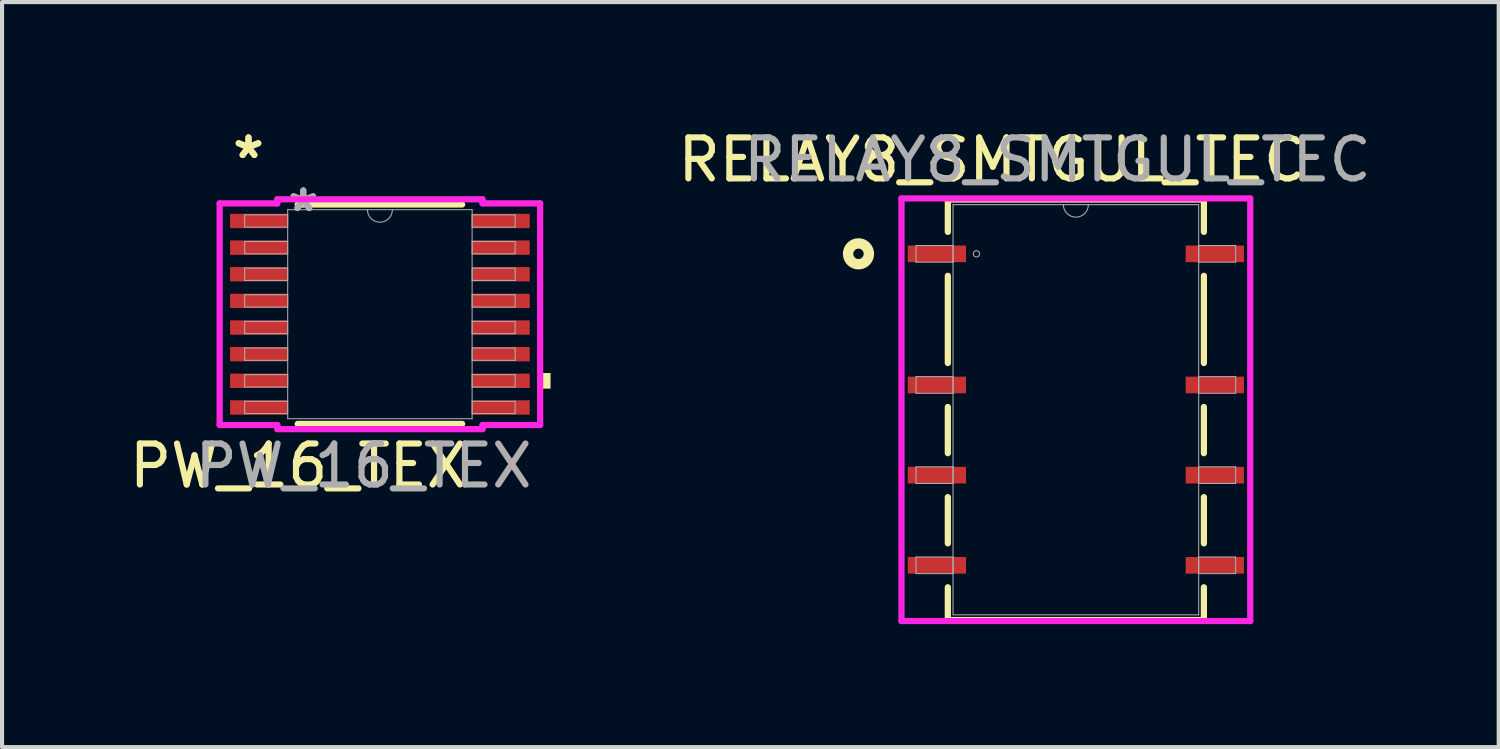
<source format=kicad_pcb>
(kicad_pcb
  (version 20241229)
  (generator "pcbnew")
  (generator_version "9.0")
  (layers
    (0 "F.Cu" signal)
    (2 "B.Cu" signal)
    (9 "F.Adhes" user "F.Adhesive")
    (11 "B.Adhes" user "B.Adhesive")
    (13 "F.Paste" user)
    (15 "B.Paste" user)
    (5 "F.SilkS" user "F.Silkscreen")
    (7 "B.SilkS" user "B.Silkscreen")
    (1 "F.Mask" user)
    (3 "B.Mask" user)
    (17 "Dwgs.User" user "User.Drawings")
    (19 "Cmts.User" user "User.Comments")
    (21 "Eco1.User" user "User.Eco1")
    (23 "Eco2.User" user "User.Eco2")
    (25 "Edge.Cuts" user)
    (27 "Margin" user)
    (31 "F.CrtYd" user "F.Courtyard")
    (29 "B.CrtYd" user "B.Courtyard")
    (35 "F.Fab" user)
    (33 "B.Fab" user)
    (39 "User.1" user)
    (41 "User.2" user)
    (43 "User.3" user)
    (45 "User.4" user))
  (footprint "PW_16_TEX"
    (layer "F.Cu")
    (at 6.22 4.617)
    (property "Reference" "PW_16_TEX" (at -2 3.7 0) (unlocked yes) (layer "F.SilkS") (effects (font (size 1 1) (thickness 0.15))))
    (attr smd)
    (fp_line (start -2.006 2.677) (end 2.006 2.677) (stroke (width 0.152) (type solid)) (layer "F.SilkS"))
    (fp_line (start 2.006 -2.677) (end -2.006 -2.677) (stroke (width 0.152) (type solid)) (layer "F.SilkS"))
    (fp_poly (pts (xy 4.164 1.435) (xy 4.164 1.816) (xy 3.91 1.816) (xy 3.91 1.435)) (stroke (width 0) (type solid)) (fill yes) (layer "F.SilkS"))
    (fp_line (start -3.91 -2.704) (end -2.504 -2.704) (stroke (width 0.152) (type solid)) (layer "F.CrtYd"))
    (fp_line (start -3.91 2.704) (end -3.91 -2.704) (stroke (width 0.152) (type solid)) (layer "F.CrtYd"))
    (fp_line (start -3.91 2.704) (end -2.504 2.704) (stroke (width 0.152) (type solid)) (layer "F.CrtYd"))
    (fp_line (start -2.504 -2.804) (end 2.504 -2.804) (stroke (width 0.152) (type solid)) (layer "F.CrtYd"))
    (fp_line (start -2.504 -2.704) (end -2.504 -2.804) (stroke (width 0.152) (type solid)) (layer "F.CrtYd"))
    (fp_line (start -2.504 2.804) (end -2.504 2.704) (stroke (width 0.152) (type solid)) (layer "F.CrtYd"))
    (fp_line (start 2.504 -2.804) (end 2.504 -2.704) (stroke (width 0.152) (type solid)) (layer "F.CrtYd"))
    (fp_line (start 2.504 2.704) (end 2.504 2.804) (stroke (width 0.152) (type solid)) (layer "F.CrtYd"))
    (fp_line (start 2.504 2.804) (end -2.504 2.804) (stroke (width 0.152) (type solid)) (layer "F.CrtYd"))
    (fp_line (start 3.91 -2.704) (end 2.504 -2.704) (stroke (width 0.152) (type solid)) (layer "F.CrtYd"))
    (fp_line (start 3.91 -2.704) (end 3.91 2.704) (stroke (width 0.152) (type solid)) (layer "F.CrtYd"))
    (fp_line (start 3.91 2.704) (end 2.504 2.704) (stroke (width 0.152) (type solid)) (layer "F.CrtYd"))
    (fp_line (start -3.3 -2.425) (end -3.3 -2.125) (stroke (width 0.025) (type solid)) (layer "F.Fab"))
    (fp_line (start -3.3 -2.125) (end -2.25 -2.125) (stroke (width 0.025) (type solid)) (layer "F.Fab"))
    (fp_line (start -3.3 -1.775) (end -3.3 -1.475) (stroke (width 0.025) (type solid)) (layer "F.Fab"))
    (fp_line (start -3.3 -1.475) (end -2.25 -1.475) (stroke (width 0.025) (type solid)) (layer "F.Fab"))
    (fp_line (start -3.3 -1.125) (end -3.3 -0.825) (stroke (width 0.025) (type solid)) (layer "F.Fab"))
    (fp_line (start -3.3 -0.825) (end -2.25 -0.825) (stroke (width 0.025) (type solid)) (layer "F.Fab"))
    (fp_line (start -3.3 -0.475) (end -3.3 -0.175) (stroke (width 0.025) (type solid)) (layer "F.Fab"))
    (fp_line (start -3.3 -0.175) (end -2.25 -0.175) (stroke (width 0.025) (type solid)) (layer "F.Fab"))
    (fp_line (start -3.3 0.175) (end -3.3 0.475) (stroke (width 0.025) (type solid)) (layer "F.Fab"))
    (fp_line (start -3.3 0.475) (end -2.25 0.475) (stroke (width 0.025) (type solid)) (layer "F.Fab"))
    (fp_line (start -3.3 0.825) (end -3.3 1.125) (stroke (width 0.025) (type solid)) (layer "F.Fab"))
    (fp_line (start -3.3 1.125) (end -2.25 1.125) (stroke (width 0.025) (type solid)) (layer "F.Fab"))
    (fp_line (start -3.3 1.475) (end -3.3 1.775) (stroke (width 0.025) (type solid)) (layer "F.Fab"))
    (fp_line (start -3.3 1.775) (end -2.25 1.775) (stroke (width 0.025) (type solid)) (layer "F.Fab"))
    (fp_line (start -3.3 2.125) (end -3.3 2.425) (stroke (width 0.025) (type solid)) (layer "F.Fab"))
    (fp_line (start -3.3 2.425) (end -2.25 2.425) (stroke (width 0.025) (type solid)) (layer "F.Fab"))
    (fp_line (start -2.25 -2.55) (end -2.25 2.55) (stroke (width 0.025) (type solid)) (layer "F.Fab"))
    (fp_line (start -2.25 -2.425) (end -3.3 -2.425) (stroke (width 0.025) (type solid)) (layer "F.Fab"))
    (fp_line (start -2.25 -2.125) (end -2.25 -2.425) (stroke (width 0.025) (type solid)) (layer "F.Fab"))
    (fp_line (start -2.25 -1.775) (end -3.3 -1.775) (stroke (width 0.025) (type solid)) (layer "F.Fab"))
    (fp_line (start -2.25 -1.475) (end -2.25 -1.775) (stroke (width 0.025) (type solid)) (layer "F.Fab"))
    (fp_line (start -2.25 -1.125) (end -3.3 -1.125) (stroke (width 0.025) (type solid)) (layer "F.Fab"))
    (fp_line (start -2.25 -0.825) (end -2.25 -1.125) (stroke (width 0.025) (type solid)) (layer "F.Fab"))
    (fp_line (start -2.25 -0.475) (end -3.3 -0.475) (stroke (width 0.025) (type solid)) (layer "F.Fab"))
    (fp_line (start -2.25 -0.175) (end -2.25 -0.475) (stroke (width 0.025) (type solid)) (layer "F.Fab"))
    (fp_line (start -2.25 0.175) (end -3.3 0.175) (stroke (width 0.025) (type solid)) (layer "F.Fab"))
    (fp_line (start -2.25 0.475) (end -2.25 0.175) (stroke (width 0.025) (type solid)) (layer "F.Fab"))
    (fp_line (start -2.25 0.825) (end -3.3 0.825) (stroke (width 0.025) (type solid)) (layer "F.Fab"))
    (fp_line (start -2.25 1.125) (end -2.25 0.825) (stroke (width 0.025) (type solid)) (layer "F.Fab"))
    (fp_line (start -2.25 1.475) (end -3.3 1.475) (stroke (width 0.025) (type solid)) (layer "F.Fab"))
    (fp_line (start -2.25 1.775) (end -2.25 1.475) (stroke (width 0.025) (type solid)) (layer "F.Fab"))
    (fp_line (start -2.25 2.125) (end -3.3 2.125) (stroke (width 0.025) (type solid)) (layer "F.Fab"))
    (fp_line (start -2.25 2.425) (end -2.25 2.125) (stroke (width 0.025) (type solid)) (layer "F.Fab"))
    (fp_line (start -2.25 2.55) (end 2.25 2.55) (stroke (width 0.025) (type solid)) (layer "F.Fab"))
    (fp_line (start 2.25 -2.55) (end -2.25 -2.55) (stroke (width 0.025) (type solid)) (layer "F.Fab"))
    (fp_line (start 2.25 -2.425) (end 2.25 -2.125) (stroke (width 0.025) (type solid)) (layer "F.Fab"))
    (fp_line (start 2.25 -2.125) (end 3.3 -2.125) (stroke (width 0.025) (type solid)) (layer "F.Fab"))
    (fp_line (start 2.25 -1.775) (end 2.25 -1.475) (stroke (width 0.025) (type solid)) (layer "F.Fab"))
    (fp_line (start 2.25 -1.475) (end 3.3 -1.475) (stroke (width 0.025) (type solid)) (layer "F.Fab"))
    (fp_line (start 2.25 -1.125) (end 2.25 -0.825) (stroke (width 0.025) (type solid)) (layer "F.Fab"))
    (fp_line (start 2.25 -0.825) (end 3.3 -0.825) (stroke (width 0.025) (type solid)) (layer "F.Fab"))
    (fp_line (start 2.25 -0.475) (end 2.25 -0.175) (stroke (width 0.025) (type solid)) (layer "F.Fab"))
    (fp_line (start 2.25 -0.175) (end 3.3 -0.175) (stroke (width 0.025) (type solid)) (layer "F.Fab"))
    (fp_line (start 2.25 0.175) (end 2.25 0.475) (stroke (width 0.025) (type solid)) (layer "F.Fab"))
    (fp_line (start 2.25 0.475) (end 3.3 0.475) (stroke (width 0.025) (type solid)) (layer "F.Fab"))
    (fp_line (start 2.25 0.825) (end 2.25 1.125) (stroke (width 0.025) (type solid)) (layer "F.Fab"))
    (fp_line (start 2.25 1.125) (end 3.3 1.125) (stroke (width 0.025) (type solid)) (layer "F.Fab"))
    (fp_line (start 2.25 1.475) (end 2.25 1.775) (stroke (width 0.025) (type solid)) (layer "F.Fab"))
    (fp_line (start 2.25 1.775) (end 3.3 1.775) (stroke (width 0.025) (type solid)) (layer "F.Fab"))
    (fp_line (start 2.25 2.125) (end 2.25 2.425) (stroke (width 0.025) (type solid)) (layer "F.Fab"))
    (fp_line (start 2.25 2.425) (end 3.3 2.425) (stroke (width 0.025) (type solid)) (layer "F.Fab"))
    (fp_line (start 2.25 2.55) (end 2.25 -2.55) (stroke (width 0.025) (type solid)) (layer "F.Fab"))
    (fp_line (start 3.3 -2.425) (end 2.25 -2.425) (stroke (width 0.025) (type solid)) (layer "F.Fab"))
    (fp_line (start 3.3 -2.125) (end 3.3 -2.425) (stroke (width 0.025) (type solid)) (layer "F.Fab"))
    (fp_line (start 3.3 -1.775) (end 2.25 -1.775) (stroke (width 0.025) (type solid)) (layer "F.Fab"))
    (fp_line (start 3.3 -1.475) (end 3.3 -1.775) (stroke (width 0.025) (type solid)) (layer "F.Fab"))
    (fp_line (start 3.3 -1.125) (end 2.25 -1.125) (stroke (width 0.025) (type solid)) (layer "F.Fab"))
    (fp_line (start 3.3 -0.825) (end 3.3 -1.125) (stroke (width 0.025) (type solid)) (layer "F.Fab"))
    (fp_line (start 3.3 -0.475) (end 2.25 -0.475) (stroke (width 0.025) (type solid)) (layer "F.Fab"))
    (fp_line (start 3.3 -0.175) (end 3.3 -0.475) (stroke (width 0.025) (type solid)) (layer "F.Fab"))
    (fp_line (start 3.3 0.175) (end 2.25 0.175) (stroke (width 0.025) (type solid)) (layer "F.Fab"))
    (fp_line (start 3.3 0.475) (end 3.3 0.175) (stroke (width 0.025) (type solid)) (layer "F.Fab"))
    (fp_line (start 3.3 0.825) (end 2.25 0.825) (stroke (width 0.025) (type solid)) (layer "F.Fab"))
    (fp_line (start 3.3 1.125) (end 3.3 0.825) (stroke (width 0.025) (type solid)) (layer "F.Fab"))
    (fp_line (start 3.3 1.475) (end 2.25 1.475) (stroke (width 0.025) (type solid)) (layer "F.Fab"))
    (fp_line (start 3.3 1.775) (end 3.3 1.475) (stroke (width 0.025) (type solid)) (layer "F.Fab"))
    (fp_line (start 3.3 2.125) (end 2.25 2.125) (stroke (width 0.025) (type solid)) (layer "F.Fab"))
    (fp_line (start 3.3 2.425) (end 3.3 2.125) (stroke (width 0.025) (type solid)) (layer "F.Fab"))
    (fp_arc (start 0.3048 -2.55) (mid 0 -2.2452) (end -0.3048 -2.55) (stroke (width 0.0254) (type solid)) (layer "F.Fab"))
    (fp_text user "*" (at -3.207 -3.769 0) (unlocked yes) (layer "F.SilkS") (effects (font (size 1 1) (thickness 0.15))))
    (fp_text user "*" (at -3.207 -3.769 0) (layer "F.SilkS") (effects (font (size 1 1) (thickness 0.15))))
    (fp_text user "*" (at -1.869 -2.474 0) (layer "F.Fab") (effects (font (size 1 1) (thickness 0.15))))
    (fp_text user "${REFERENCE}" (at -0.4 3.7 0) (unlocked yes) (layer "F.Fab") (effects (font (size 1 1) (thickness 0.15))))
    (fp_text user "*" (at -1.869 -2.474 0) (unlocked yes) (layer "F.Fab") (effects (font (size 1 1) (thickness 0.15))))
    (pad "1" smd rect (at -2.953 -2.275) (size 1.406 0.351) (layers "F.Cu" "F.Mask" "F.Paste"))
    (pad "2" smd rect (at -2.953 -1.625) (size 1.406 0.351) (layers "F.Cu" "F.Mask" "F.Paste"))
    (pad "3" smd rect (at -2.953 -0.975) (size 1.406 0.351) (layers "F.Cu" "F.Mask" "F.Paste"))
    (pad "4" smd rect (at -2.953 -0.325) (size 1.406 0.351) (layers "F.Cu" "F.Mask" "F.Paste"))
    (pad "5" smd rect (at -2.953 0.325) (size 1.406 0.351) (layers "F.Cu" "F.Mask" "F.Paste"))
    (pad "6" smd rect (at -2.953 0.975) (size 1.406 0.351) (layers "F.Cu" "F.Mask" "F.Paste"))
    (pad "7" smd rect (at -2.953 1.625) (size 1.406 0.351) (layers "F.Cu" "F.Mask" "F.Paste"))
    (pad "8" smd rect (at -2.953 2.275) (size 1.406 0.351) (layers "F.Cu" "F.Mask" "F.Paste"))
    (pad "9" smd rect (at 2.953 2.275) (size 1.406 0.351) (layers "F.Cu" "F.Mask" "F.Paste"))
    (pad "10" smd rect (at 2.953 1.625) (size 1.406 0.351) (layers "F.Cu" "F.Mask" "F.Paste"))
    (pad "11" smd rect (at 2.953 0.975) (size 1.406 0.351) (layers "F.Cu" "F.Mask" "F.Paste"))
    (pad "12" smd rect (at 2.953 0.325) (size 1.406 0.351) (layers "F.Cu" "F.Mask" "F.Paste"))
    (pad "13" smd rect (at 2.953 -0.325) (size 1.406 0.351) (layers "F.Cu" "F.Mask" "F.Paste"))
    (pad "14" smd rect (at 2.953 -0.975) (size 1.406 0.351) (layers "F.Cu" "F.Mask" "F.Paste"))
    (pad "15" smd rect (at 2.953 -1.625) (size 1.406 0.351) (layers "F.Cu" "F.Mask" "F.Paste"))
    (pad "16" smd rect (at 2.953 -2.275) (size 1.406 0.351) (layers "F.Cu" "F.Mask" "F.Paste")))
  (footprint "RELAY8_SMTGUL_TEC"
    (layer "F.Cu")
    (at 23.202 6.948)
    (property "Reference" "RELAY8_SMTGUL_TEC" (at -2.05 -6.1 0) (unlocked yes) (layer "F.SilkS") (effects (font (size 1 1) (thickness 0.15))))
    (attr smd)
    (fp_line (start -3.124 -5.131) (end -3.124 -4.34) (stroke (width 0.152) (type solid)) (layer "F.SilkS"))
    (fp_line (start -3.124 -3.268) (end -3.124 -1.14) (stroke (width 0.152) (type solid)) (layer "F.SilkS"))
    (fp_line (start -3.124 -0.068) (end -3.124 1.06) (stroke (width 0.152) (type solid)) (layer "F.SilkS"))
    (fp_line (start -3.124 2.132) (end -3.124 3.26) (stroke (width 0.152) (type solid)) (layer "F.SilkS"))
    (fp_line (start -3.124 4.332) (end -3.124 5.131) (stroke (width 0.152) (type solid)) (layer "F.SilkS"))
    (fp_line (start -3.124 5.131) (end 3.124 5.131) (stroke (width 0.152) (type solid)) (layer "F.SilkS"))
    (fp_line (start 3.124 -5.131) (end -3.124 -5.131) (stroke (width 0.152) (type solid)) (layer "F.SilkS"))
    (fp_line (start 3.124 -4.34) (end 3.124 -5.131) (stroke (width 0.152) (type solid)) (layer "F.SilkS"))
    (fp_line (start 3.124 -1.14) (end 3.124 -3.268) (stroke (width 0.152) (type solid)) (layer "F.SilkS"))
    (fp_line (start 3.124 1.06) (end 3.124 -0.068) (stroke (width 0.152) (type solid)) (layer "F.SilkS"))
    (fp_line (start 3.124 3.26) (end 3.124 2.132) (stroke (width 0.152) (type solid)) (layer "F.SilkS"))
    (fp_line (start 3.124 5.131) (end 3.124 4.332) (stroke (width 0.152) (type solid)) (layer "F.SilkS"))
    (fp_circle (center -5.304 -3.804) (end -5.05 -3.804) (stroke (width 0.254) (type solid)) (fill no) (layer "F.SilkS"))
    (fp_line (start -4.255 -5.156) (end 4.255 -5.156) (stroke (width 0.152) (type solid)) (layer "F.CrtYd"))
    (fp_line (start -4.255 5.156) (end -4.255 -5.156) (stroke (width 0.152) (type solid)) (layer "F.CrtYd"))
    (fp_line (start 4.255 -5.156) (end 4.255 5.156) (stroke (width 0.152) (type solid)) (layer "F.CrtYd"))
    (fp_line (start 4.255 5.156) (end -4.255 5.156) (stroke (width 0.152) (type solid)) (layer "F.CrtYd"))
    (fp_line (start -3.899 -4.007) (end -3.899 -3.601) (stroke (width 0.025) (type solid)) (layer "F.Fab"))
    (fp_line (start -3.899 -3.601) (end -2.997 -3.601) (stroke (width 0.025) (type solid)) (layer "F.Fab"))
    (fp_line (start -3.899 -0.807) (end -3.899 -0.401) (stroke (width 0.025) (type solid)) (layer "F.Fab"))
    (fp_line (start -3.899 -0.401) (end -2.997 -0.401) (stroke (width 0.025) (type solid)) (layer "F.Fab"))
    (fp_line (start -3.899 1.393) (end -3.899 1.799) (stroke (width 0.025) (type solid)) (layer "F.Fab"))
    (fp_line (start -3.899 1.799) (end -2.997 1.799) (stroke (width 0.025) (type solid)) (layer "F.Fab"))
    (fp_line (start -3.899 3.593) (end -3.899 3.999) (stroke (width 0.025) (type solid)) (layer "F.Fab"))
    (fp_line (start -3.899 3.999) (end -2.997 3.999) (stroke (width 0.025) (type solid)) (layer "F.Fab"))
    (fp_line (start -2.997 -5.004) (end -2.997 5.004) (stroke (width 0.025) (type solid)) (layer "F.Fab"))
    (fp_line (start -2.997 -4.007) (end -3.899 -4.007) (stroke (width 0.025) (type solid)) (layer "F.Fab"))
    (fp_line (start -2.997 -3.601) (end -2.997 -4.007) (stroke (width 0.025) (type solid)) (layer "F.Fab"))
    (fp_line (start -2.997 -0.807) (end -3.899 -0.807) (stroke (width 0.025) (type solid)) (layer "F.Fab"))
    (fp_line (start -2.997 -0.401) (end -2.997 -0.807) (stroke (width 0.025) (type solid)) (layer "F.Fab"))
    (fp_line (start -2.997 1.393) (end -3.899 1.393) (stroke (width 0.025) (type solid)) (layer "F.Fab"))
    (fp_line (start -2.997 1.799) (end -2.997 1.393) (stroke (width 0.025) (type solid)) (layer "F.Fab"))
    (fp_line (start -2.997 3.593) (end -3.899 3.593) (stroke (width 0.025) (type solid)) (layer "F.Fab"))
    (fp_line (start -2.997 3.999) (end -2.997 3.593) (stroke (width 0.025) (type solid)) (layer "F.Fab"))
    (fp_line (start -2.997 5.004) (end 2.997 5.004) (stroke (width 0.025) (type solid)) (layer "F.Fab"))
    (fp_line (start 2.997 -5.004) (end -2.997 -5.004) (stroke (width 0.025) (type solid)) (layer "F.Fab"))
    (fp_line (start 2.997 -4.007) (end 2.997 -3.601) (stroke (width 0.025) (type solid)) (layer "F.Fab"))
    (fp_line (start 2.997 -3.601) (end 3.899 -3.601) (stroke (width 0.025) (type solid)) (layer "F.Fab"))
    (fp_line (start 2.997 -0.807) (end 2.997 -0.401) (stroke (width 0.025) (type solid)) (layer "F.Fab"))
    (fp_line (start 2.997 -0.401) (end 3.899 -0.401) (stroke (width 0.025) (type solid)) (layer "F.Fab"))
    (fp_line (start 2.997 1.393) (end 2.997 1.799) (stroke (width 0.025) (type solid)) (layer "F.Fab"))
    (fp_line (start 2.997 1.799) (end 3.899 1.799) (stroke (width 0.025) (type solid)) (layer "F.Fab"))
    (fp_line (start 2.997 3.593) (end 2.997 3.999) (stroke (width 0.025) (type solid)) (layer "F.Fab"))
    (fp_line (start 2.997 3.999) (end 3.899 3.999) (stroke (width 0.025) (type solid)) (layer "F.Fab"))
    (fp_line (start 2.997 5.004) (end 2.997 -5.004) (stroke (width 0.025) (type solid)) (layer "F.Fab"))
    (fp_line (start 3.899 -4.007) (end 2.997 -4.007) (stroke (width 0.025) (type solid)) (layer "F.Fab"))
    (fp_line (start 3.899 -3.601) (end 3.899 -4.007) (stroke (width 0.025) (type solid)) (layer "F.Fab"))
    (fp_line (start 3.899 -0.807) (end 2.997 -0.807) (stroke (width 0.025) (type solid)) (layer "F.Fab"))
    (fp_line (start 3.899 -0.401) (end 3.899 -0.807) (stroke (width 0.025) (type solid)) (layer "F.Fab"))
    (fp_line (start 3.899 1.393) (end 2.997 1.393) (stroke (width 0.025) (type solid)) (layer "F.Fab"))
    (fp_line (start 3.899 1.799) (end 3.899 1.393) (stroke (width 0.025) (type solid)) (layer "F.Fab"))
    (fp_line (start 3.899 3.593) (end 2.997 3.593) (stroke (width 0.025) (type solid)) (layer "F.Fab"))
    (fp_line (start 3.899 3.999) (end 3.899 3.593) (stroke (width 0.025) (type solid)) (layer "F.Fab"))
    (fp_arc (start 0.3048 -5.0038) (mid 0 -4.699) (end -0.3048 -5.0038) (stroke (width 0.0254) (type solid)) (layer "F.Fab"))
    (fp_circle (center -2.426 -3.804) (end -2.349 -3.804) (stroke (width 0.025) (type solid)) (fill no) (layer "F.Fab"))
    (fp_text user "${REFERENCE}" (at -0.45 -6.1 0) (unlocked yes) (layer "F.Fab") (effects (font (size 1 1) (thickness 0.15))))
    (pad "1" smd rect (at -3.391 -3.804) (size 1.422 0.406) (layers "F.Cu" "F.Mask" "F.Paste"))
    (pad "2" smd rect (at -3.391 -0.604) (size 1.422 0.406) (layers "F.Cu" "F.Mask" "F.Paste"))
    (pad "3" smd rect (at -3.391 1.596) (size 1.422 0.406) (layers "F.Cu" "F.Mask" "F.Paste"))
    (pad "4" smd rect (at -3.391 3.796) (size 1.422 0.406) (layers "F.Cu" "F.Mask" "F.Paste"))
    (pad "5" smd rect (at 3.391 3.796) (size 1.422 0.406) (layers "F.Cu" "F.Mask" "F.Paste"))
    (pad "6" smd rect (at 3.391 1.596) (size 1.422 0.406) (layers "F.Cu" "F.Mask" "F.Paste"))
    (pad "7" smd rect (at 3.391 -0.604) (size 1.422 0.406) (layers "F.Cu" "F.Mask" "F.Paste"))
    (pad "8" smd rect (at 3.391 -3.804) (size 1.422 0.406) (layers "F.Cu" "F.Mask" "F.Paste")))
  (gr_rect
    (start -3 -3)
    (end 33.52 15.181)
    (stroke (width 0.1) (type default))
    (fill no)
    (layer "Edge.Cuts")))
</source>
